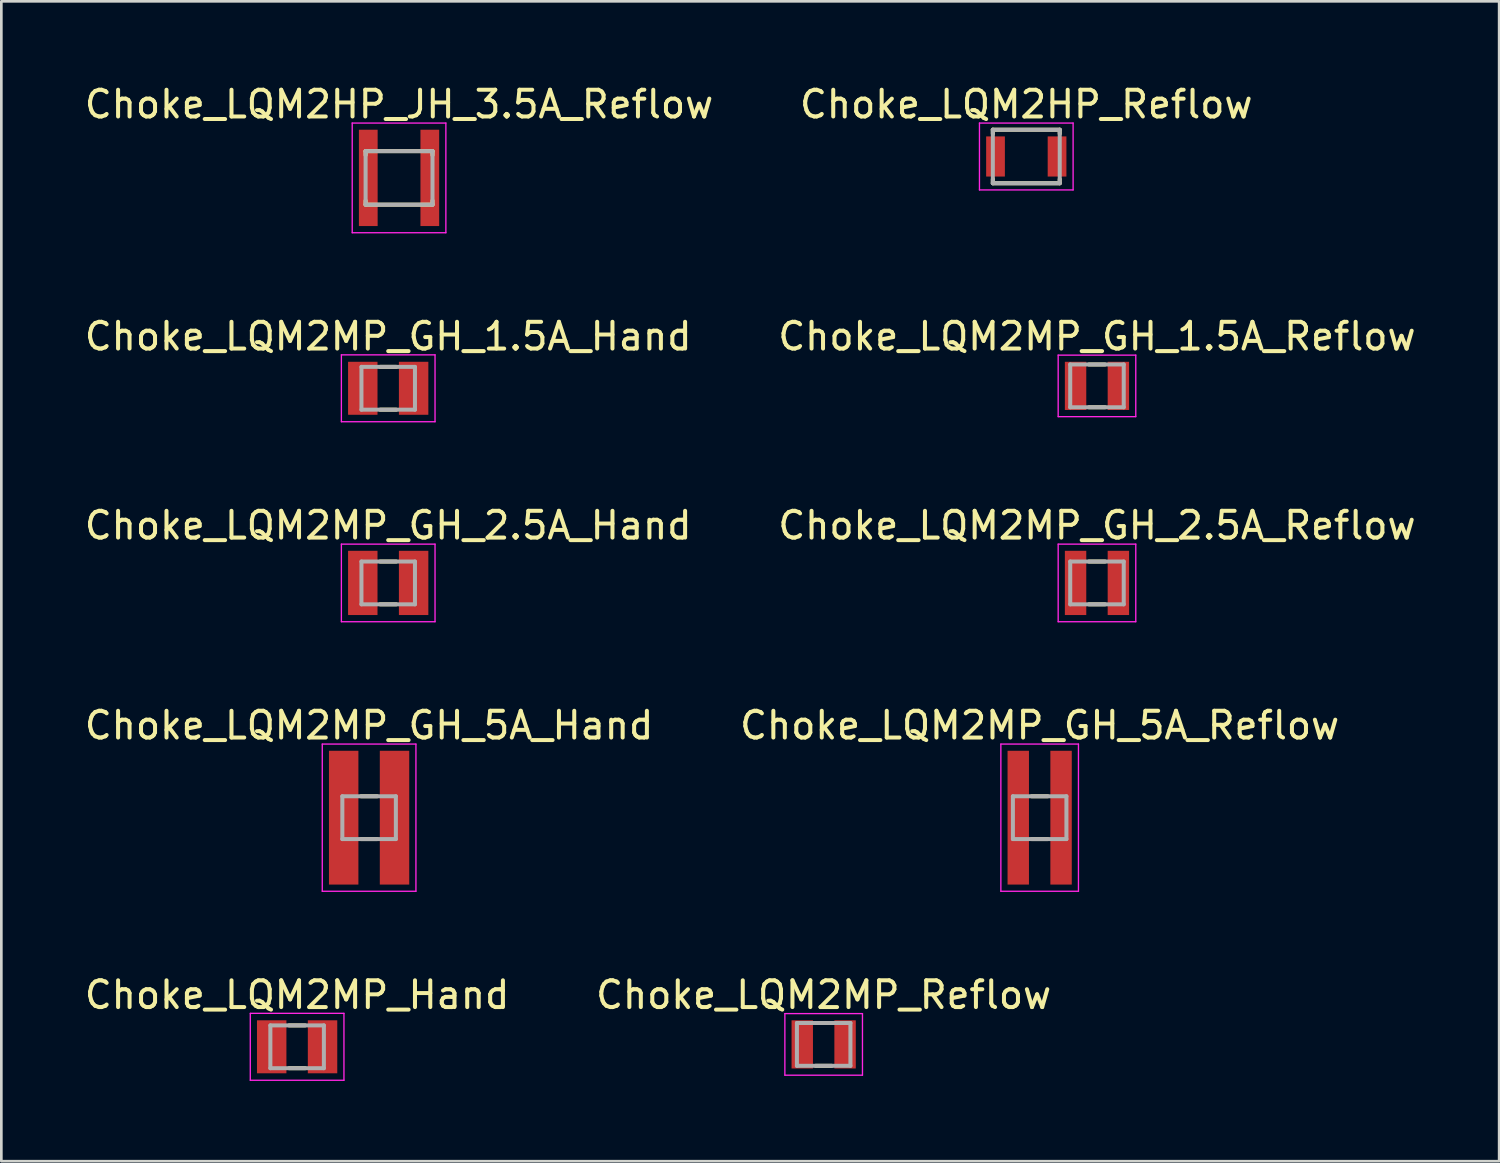
<source format=kicad_pcb>
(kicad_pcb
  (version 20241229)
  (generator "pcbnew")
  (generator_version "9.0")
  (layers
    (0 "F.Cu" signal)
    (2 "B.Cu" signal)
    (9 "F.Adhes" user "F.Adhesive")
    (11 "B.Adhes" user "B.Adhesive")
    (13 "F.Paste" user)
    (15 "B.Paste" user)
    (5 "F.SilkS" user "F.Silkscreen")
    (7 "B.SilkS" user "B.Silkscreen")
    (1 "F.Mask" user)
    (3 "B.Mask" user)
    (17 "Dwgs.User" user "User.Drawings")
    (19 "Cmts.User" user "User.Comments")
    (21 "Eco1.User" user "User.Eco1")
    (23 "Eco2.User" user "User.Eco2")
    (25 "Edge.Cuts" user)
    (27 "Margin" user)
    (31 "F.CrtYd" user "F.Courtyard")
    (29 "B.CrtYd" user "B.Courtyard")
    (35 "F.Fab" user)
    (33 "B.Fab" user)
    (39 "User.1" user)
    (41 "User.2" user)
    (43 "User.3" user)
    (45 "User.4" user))
  (footprint "Choke_LQM2MP_Hand"
    (layer "F.Cu")
    (at 8.054 36.071)
    (property "Reference" "Choke_LQM2MP_Hand" (at 0 -1.94 0) (layer "F.SilkS") (effects (font (size 1 1) (thickness 0.15))))
    (attr smd)
    (fp_line (start -0.3 -0.8) (end 0.3 -0.8) (stroke (width 0.15) (type solid)) (layer "F.SilkS"))
    (fp_line (start -0.3 0.8) (end 0.3 0.8) (stroke (width 0.15) (type solid)) (layer "F.SilkS"))
    (fp_line (start -1.75 -1.25) (end -1.75 1.25) (stroke (width 0.05) (type solid)) (layer "F.CrtYd"))
    (fp_line (start -1.75 -1.25) (end 1.75 -1.25) (stroke (width 0.05) (type solid)) (layer "F.CrtYd"))
    (fp_line (start -1.75 1.25) (end 1.75 1.25) (stroke (width 0.05) (type solid)) (layer "F.CrtYd"))
    (fp_line (start 1.75 -1.25) (end 1.75 1.25) (stroke (width 0.05) (type solid)) (layer "F.CrtYd"))
    (fp_line (start -1 -0.8) (end -1 0.8) (stroke (width 0.15) (type solid)) (layer "F.Fab"))
    (fp_line (start -1 -0.8) (end 1 -0.8) (stroke (width 0.15) (type solid)) (layer "F.Fab"))
    (fp_line (start -1 0.8) (end 1 0.8) (stroke (width 0.15) (type solid)) (layer "F.Fab"))
    (fp_line (start 1 -0.8) (end 1 0.8) (stroke (width 0.15) (type solid)) (layer "F.Fab"))
    (pad "1" smd rect (at -0.95 0) (size 1.1 1.98) (layers "F.Cu" "F.Mask" "F.Paste"))
    (pad "2" smd rect (at 0.95 0) (size 1.1 1.98) (layers "F.Cu" "F.Mask" "F.Paste")))
  (footprint "Choke_LQM2MP_Reflow"
    (layer "F.Cu")
    (at 27.732 35.981)
    (property "Reference" "Choke_LQM2MP_Reflow" (at 0 -1.85 0) (layer "F.SilkS") (effects (font (size 1 1) (thickness 0.15))))
    (attr smd)
    (fp_line (start -0.3 -0.8) (end 0.3 -0.8) (stroke (width 0.15) (type solid)) (layer "F.SilkS"))
    (fp_line (start -0.3 0.8) (end 0.3 0.8) (stroke (width 0.15) (type solid)) (layer "F.SilkS"))
    (fp_line (start -1.45 -1.15) (end -1.45 1.15) (stroke (width 0.05) (type solid)) (layer "F.CrtYd"))
    (fp_line (start -1.45 -1.15) (end 1.45 -1.15) (stroke (width 0.05) (type solid)) (layer "F.CrtYd"))
    (fp_line (start -1.45 1.15) (end 1.45 1.15) (stroke (width 0.05) (type solid)) (layer "F.CrtYd"))
    (fp_line (start 1.45 -1.15) (end 1.45 1.15) (stroke (width 0.05) (type solid)) (layer "F.CrtYd"))
    (fp_line (start -1 -0.8) (end -1 0.8) (stroke (width 0.15) (type solid)) (layer "F.Fab"))
    (fp_line (start -1 -0.8) (end 1 -0.8) (stroke (width 0.15) (type solid)) (layer "F.Fab"))
    (fp_line (start -1 0.8) (end 1 0.8) (stroke (width 0.15) (type solid)) (layer "F.Fab"))
    (fp_line (start 1 -0.8) (end 1 0.8) (stroke (width 0.15) (type solid)) (layer "F.Fab"))
    (pad "1" smd rect (at -0.8 0) (size 0.8 1.8) (layers "F.Cu" "F.Mask" "F.Paste"))
    (pad "2" smd rect (at 0.8 0) (size 0.8 1.8) (layers "F.Cu" "F.Mask" "F.Paste")))
  (footprint "Choke_LQM2MP_GH_1.5A_Reflow"
    (layer "F.Cu")
    (at 37.946 11.371)
    (property "Reference" "Choke_LQM2MP_GH_1.5A_Reflow" (at 0 -1.85 0) (layer "F.SilkS") (effects (font (size 1 1) (thickness 0.15))))
    (attr smd)
    (fp_line (start -0.3 -0.8) (end 0.3 -0.8) (stroke (width 0.15) (type solid)) (layer "F.SilkS"))
    (fp_line (start -0.3 0.8) (end 0.3 0.8) (stroke (width 0.15) (type solid)) (layer "F.SilkS"))
    (fp_line (start -1.45 -1.15) (end -1.45 1.15) (stroke (width 0.05) (type solid)) (layer "F.CrtYd"))
    (fp_line (start -1.45 -1.15) (end 1.45 -1.15) (stroke (width 0.05) (type solid)) (layer "F.CrtYd"))
    (fp_line (start -1.45 1.15) (end 1.45 1.15) (stroke (width 0.05) (type solid)) (layer "F.CrtYd"))
    (fp_line (start 1.45 -1.15) (end 1.45 1.15) (stroke (width 0.05) (type solid)) (layer "F.CrtYd"))
    (fp_line (start -1 -0.8) (end -1 0.8) (stroke (width 0.15) (type solid)) (layer "F.Fab"))
    (fp_line (start -1 -0.8) (end 1 -0.8) (stroke (width 0.15) (type solid)) (layer "F.Fab"))
    (fp_line (start -1 0.8) (end 1 0.8) (stroke (width 0.15) (type solid)) (layer "F.Fab"))
    (fp_line (start 1 -0.8) (end 1 0.8) (stroke (width 0.15) (type solid)) (layer "F.Fab"))
    (pad "1" smd rect (at -0.8 0) (size 0.8 1.8) (layers "F.Cu" "F.Mask" "F.Paste"))
    (pad "2" smd rect (at 0.8 0) (size 0.8 1.8) (layers "F.Cu" "F.Mask" "F.Paste")))
  (footprint "Choke_LQM2MP_GH_2.5A_Reflow"
    (layer "F.Cu")
    (at 37.946 18.735)
    (property "Reference" "Choke_LQM2MP_GH_2.5A_Reflow" (at 0 -2.15 0) (layer "F.SilkS") (effects (font (size 1 1) (thickness 0.15))))
    (attr smd)
    (fp_line (start -0.3 -0.8) (end 0.3 -0.8) (stroke (width 0.15) (type solid)) (layer "F.SilkS"))
    (fp_line (start -0.3 0.8) (end 0.3 0.8) (stroke (width 0.15) (type solid)) (layer "F.SilkS"))
    (fp_line (start -1.45 -1.45) (end -1.45 1.45) (stroke (width 0.05) (type solid)) (layer "F.CrtYd"))
    (fp_line (start -1.45 -1.45) (end 1.45 -1.45) (stroke (width 0.05) (type solid)) (layer "F.CrtYd"))
    (fp_line (start -1.45 1.45) (end 1.45 1.45) (stroke (width 0.05) (type solid)) (layer "F.CrtYd"))
    (fp_line (start 1.45 -1.45) (end 1.45 1.45) (stroke (width 0.05) (type solid)) (layer "F.CrtYd"))
    (fp_line (start -1 -0.8) (end -1 0.8) (stroke (width 0.15) (type solid)) (layer "F.Fab"))
    (fp_line (start -1 -0.8) (end 1 -0.8) (stroke (width 0.15) (type solid)) (layer "F.Fab"))
    (fp_line (start -1 0.8) (end 1 0.8) (stroke (width 0.15) (type solid)) (layer "F.Fab"))
    (fp_line (start 1 -0.8) (end 1 0.8) (stroke (width 0.15) (type solid)) (layer "F.Fab"))
    (pad "" smd rect (at -0.8 0) (size 0.8 1.8) (layers "F.Mask" "F.Paste"))
    (pad "" smd rect (at 0.8 0) (size 0.8 1.8) (layers "F.Mask" "F.Paste"))
    (pad "1" smd rect (at -0.8 0) (size 0.8 2.4) (layers "F.Cu"))
    (pad "2" smd rect (at 0.8 0) (size 0.8 2.4) (layers "F.Cu")))
  (footprint "Choke_LQM2HP_Reflow"
    (layer "F.Cu")
    (at 35.304 2.798)
    (property "Reference" "Choke_LQM2HP_Reflow" (at 0 -1.95 0) (layer "F.SilkS") (effects (font (size 1 1) (thickness 0.15))))
    (attr smd)
    (fp_line (start -1.25 -1) (end -1.25 -0.85) (stroke (width 0.15) (type solid)) (layer "F.SilkS"))
    (fp_line (start -1.25 -1) (end 1.25 -1) (stroke (width 0.15) (type solid)) (layer "F.SilkS"))
    (fp_line (start -1.25 0.85) (end -1.25 1) (stroke (width 0.15) (type solid)) (layer "F.SilkS"))
    (fp_line (start -1.25 1) (end 1.25 1) (stroke (width 0.15) (type solid)) (layer "F.SilkS"))
    (fp_line (start 1.25 -1) (end 1.25 -0.85) (stroke (width 0.15) (type solid)) (layer "F.SilkS"))
    (fp_line (start 1.25 0.85) (end 1.25 1) (stroke (width 0.15) (type solid)) (layer "F.SilkS"))
    (fp_line (start -1.75 -1.25) (end -1.75 1.25) (stroke (width 0.05) (type solid)) (layer "F.CrtYd"))
    (fp_line (start -1.75 -1.25) (end 1.75 -1.25) (stroke (width 0.05) (type solid)) (layer "F.CrtYd"))
    (fp_line (start -1.75 1.25) (end 1.75 1.25) (stroke (width 0.05) (type solid)) (layer "F.CrtYd"))
    (fp_line (start 1.75 -1.25) (end 1.75 1.25) (stroke (width 0.05) (type solid)) (layer "F.CrtYd"))
    (fp_line (start -1.25 -1) (end -1.25 1) (stroke (width 0.15) (type solid)) (layer "F.Fab"))
    (fp_line (start -1.25 -1) (end 1.25 -1) (stroke (width 0.15) (type solid)) (layer "F.Fab"))
    (fp_line (start -1.25 1) (end 1.25 1) (stroke (width 0.15) (type solid)) (layer "F.Fab"))
    (fp_line (start 1.25 -1) (end 1.25 1) (stroke (width 0.15) (type solid)) (layer "F.Fab"))
    (pad "1" smd rect (at -1.15 0) (size 0.7 1.5) (layers "F.Cu" "F.Mask" "F.Paste"))
    (pad "2" smd rect (at 1.15 0) (size 0.7 1.5) (layers "F.Cu" "F.Mask" "F.Paste")))
  (footprint "Choke_LQM2MP_GH_5A_Hand"
    (layer "F.Cu")
    (at 10.744 27.508)
    (property "Reference" "Choke_LQM2MP_GH_5A_Hand" (at 0 -3.45 0) (layer "F.SilkS") (effects (font (size 1 1) (thickness 0.15))))
    (attr smd)
    (fp_line (start -0.3 -0.8) (end 0.3 -0.8) (stroke (width 0.15) (type solid)) (layer "F.SilkS"))
    (fp_line (start -0.3 0.8) (end 0.3 0.8) (stroke (width 0.15) (type solid)) (layer "F.SilkS"))
    (fp_line (start -1.75 -2.75) (end -1.75 2.75) (stroke (width 0.05) (type solid)) (layer "F.CrtYd"))
    (fp_line (start -1.75 -2.75) (end 1.75 -2.75) (stroke (width 0.05) (type solid)) (layer "F.CrtYd"))
    (fp_line (start -1.75 2.75) (end 1.75 2.75) (stroke (width 0.05) (type solid)) (layer "F.CrtYd"))
    (fp_line (start 1.75 -2.75) (end 1.75 2.75) (stroke (width 0.05) (type solid)) (layer "F.CrtYd"))
    (fp_line (start -1 -0.8) (end -1 0.8) (stroke (width 0.15) (type solid)) (layer "F.Fab"))
    (fp_line (start -1 -0.8) (end 1 -0.8) (stroke (width 0.15) (type solid)) (layer "F.Fab"))
    (fp_line (start -1 0.8) (end 1 0.8) (stroke (width 0.15) (type solid)) (layer "F.Fab"))
    (fp_line (start 1 -0.8) (end 1 0.8) (stroke (width 0.15) (type solid)) (layer "F.Fab"))
    (pad "" smd rect (at -0.95 0) (size 1.1 1.98) (layers "F.Mask" "F.Paste"))
    (pad "" smd rect (at 0.95 0) (size 1.1 1.98) (layers "F.Mask" "F.Paste"))
    (pad "1" smd rect (at -0.95 0) (size 1.1 5) (layers "F.Cu"))
    (pad "2" smd rect (at 0.95 0) (size 1.1 5) (layers "F.Cu")))
  (footprint "Choke_LQM2HP_JH_3.5A_Reflow"
    (layer "F.Cu")
    (at 11.863 3.598)
    (property "Reference" "Choke_LQM2HP_JH_3.5A_Reflow" (at 0 -2.75 0) (layer "F.SilkS") (effects (font (size 1 1) (thickness 0.15))))
    (attr smd)
    (fp_line (start -1.25 -1) (end -1.25 -0.85) (stroke (width 0.15) (type solid)) (layer "F.SilkS"))
    (fp_line (start -1.25 -1) (end 1.25 -1) (stroke (width 0.15) (type solid)) (layer "F.SilkS"))
    (fp_line (start -1.25 0.85) (end -1.25 1) (stroke (width 0.15) (type solid)) (layer "F.SilkS"))
    (fp_line (start -1.25 1) (end 1.25 1) (stroke (width 0.15) (type solid)) (layer "F.SilkS"))
    (fp_line (start 1.25 -1) (end 1.25 -0.85) (stroke (width 0.15) (type solid)) (layer "F.SilkS"))
    (fp_line (start 1.25 0.85) (end 1.25 1) (stroke (width 0.15) (type solid)) (layer "F.SilkS"))
    (fp_line (start -1.75 -2.05) (end -1.75 2.05) (stroke (width 0.05) (type solid)) (layer "F.CrtYd"))
    (fp_line (start -1.75 -2.05) (end 1.75 -2.05) (stroke (width 0.05) (type solid)) (layer "F.CrtYd"))
    (fp_line (start -1.75 2.05) (end 1.75 2.05) (stroke (width 0.05) (type solid)) (layer "F.CrtYd"))
    (fp_line (start 1.75 -2.05) (end 1.75 2.05) (stroke (width 0.05) (type solid)) (layer "F.CrtYd"))
    (fp_line (start -1.25 -1) (end -1.25 1) (stroke (width 0.15) (type solid)) (layer "F.Fab"))
    (fp_line (start -1.25 -1) (end 1.25 -1) (stroke (width 0.15) (type solid)) (layer "F.Fab"))
    (fp_line (start -1.25 1) (end 1.25 1) (stroke (width 0.15) (type solid)) (layer "F.Fab"))
    (fp_line (start 1.25 -1) (end 1.25 1) (stroke (width 0.15) (type solid)) (layer "F.Fab"))
    (pad "" smd rect (at -1.15 0) (size 0.7 1.5) (layers "F.Mask" "F.Paste"))
    (pad "" smd rect (at 1.15 0) (size 0.7 1.5) (layers "F.Mask" "F.Paste"))
    (pad "1" smd rect (at -1.15 0) (size 0.7 3.6) (layers "F.Cu"))
    (pad "2" smd rect (at 1.15 0) (size 0.7 3.6) (layers "F.Cu")))
  (footprint "Choke_LQM2MP_GH_1.5A_Hand"
    (layer "F.Cu")
    (at 11.458 11.461)
    (property "Reference" "Choke_LQM2MP_GH_1.5A_Hand" (at 0 -1.94 0) (layer "F.SilkS") (effects (font (size 1 1) (thickness 0.15))))
    (attr smd)
    (fp_line (start -0.3 -0.8) (end 0.3 -0.8) (stroke (width 0.15) (type solid)) (layer "F.SilkS"))
    (fp_line (start -0.3 0.8) (end 0.3 0.8) (stroke (width 0.15) (type solid)) (layer "F.SilkS"))
    (fp_line (start -1.75 -1.25) (end -1.75 1.25) (stroke (width 0.05) (type solid)) (layer "F.CrtYd"))
    (fp_line (start -1.75 -1.25) (end 1.75 -1.25) (stroke (width 0.05) (type solid)) (layer "F.CrtYd"))
    (fp_line (start -1.75 1.25) (end 1.75 1.25) (stroke (width 0.05) (type solid)) (layer "F.CrtYd"))
    (fp_line (start 1.75 -1.25) (end 1.75 1.25) (stroke (width 0.05) (type solid)) (layer "F.CrtYd"))
    (fp_line (start -1 -0.8) (end -1 0.8) (stroke (width 0.15) (type solid)) (layer "F.Fab"))
    (fp_line (start -1 -0.8) (end 1 -0.8) (stroke (width 0.15) (type solid)) (layer "F.Fab"))
    (fp_line (start -1 0.8) (end 1 0.8) (stroke (width 0.15) (type solid)) (layer "F.Fab"))
    (fp_line (start 1 -0.8) (end 1 0.8) (stroke (width 0.15) (type solid)) (layer "F.Fab"))
    (pad "1" smd rect (at -0.95 0) (size 1.1 1.98) (layers "F.Cu" "F.Mask" "F.Paste"))
    (pad "2" smd rect (at 0.95 0) (size 1.1 1.98) (layers "F.Cu" "F.Mask" "F.Paste")))
  (footprint "Choke_LQM2MP_GH_2.5A_Hand"
    (layer "F.Cu")
    (at 11.458 18.735)
    (property "Reference" "Choke_LQM2MP_GH_2.5A_Hand" (at 0 -2.15 0) (layer "F.SilkS") (effects (font (size 1 1) (thickness 0.15))))
    (attr smd)
    (fp_line (start -0.3 -0.8) (end 0.3 -0.8) (stroke (width 0.15) (type solid)) (layer "F.SilkS"))
    (fp_line (start -0.3 0.8) (end 0.3 0.8) (stroke (width 0.15) (type solid)) (layer "F.SilkS"))
    (fp_line (start -1.75 -1.45) (end -1.75 1.45) (stroke (width 0.05) (type solid)) (layer "F.CrtYd"))
    (fp_line (start -1.75 -1.45) (end 1.75 -1.45) (stroke (width 0.05) (type solid)) (layer "F.CrtYd"))
    (fp_line (start -1.75 1.45) (end 1.75 1.45) (stroke (width 0.05) (type solid)) (layer "F.CrtYd"))
    (fp_line (start 1.75 -1.45) (end 1.75 1.45) (stroke (width 0.05) (type solid)) (layer "F.CrtYd"))
    (fp_line (start -1 -0.8) (end -1 0.8) (stroke (width 0.15) (type solid)) (layer "F.Fab"))
    (fp_line (start -1 -0.8) (end 1 -0.8) (stroke (width 0.15) (type solid)) (layer "F.Fab"))
    (fp_line (start -1 0.8) (end 1 0.8) (stroke (width 0.15) (type solid)) (layer "F.Fab"))
    (fp_line (start 1 -0.8) (end 1 0.8) (stroke (width 0.15) (type solid)) (layer "F.Fab"))
    (pad "" smd rect (at -0.95 0) (size 1.1 1.98) (layers "F.Mask" "F.Paste"))
    (pad "" smd rect (at 0.95 0) (size 1.1 1.98) (layers "F.Mask" "F.Paste"))
    (pad "1" smd rect (at -0.95 0) (size 1.1 2.4) (layers "F.Cu"))
    (pad "2" smd rect (at 0.95 0) (size 1.1 2.4) (layers "F.Cu")))
  (footprint "Choke_LQM2MP_GH_5A_Reflow"
    (layer "F.Cu")
    (at 35.804 27.508)
    (property "Reference" "Choke_LQM2MP_GH_5A_Reflow" (at 0 -3.45 0) (layer "F.SilkS") (effects (font (size 1 1) (thickness 0.15))))
    (attr smd)
    (fp_line (start -0.3 -0.8) (end 0.3 -0.8) (stroke (width 0.15) (type solid)) (layer "F.SilkS"))
    (fp_line (start -0.3 0.8) (end 0.3 0.8) (stroke (width 0.15) (type solid)) (layer "F.SilkS"))
    (fp_line (start -1.45 -2.75) (end -1.45 2.75) (stroke (width 0.05) (type solid)) (layer "F.CrtYd"))
    (fp_line (start -1.45 -2.75) (end 1.45 -2.75) (stroke (width 0.05) (type solid)) (layer "F.CrtYd"))
    (fp_line (start -1.45 2.75) (end 1.45 2.75) (stroke (width 0.05) (type solid)) (layer "F.CrtYd"))
    (fp_line (start 1.45 -2.75) (end 1.45 2.75) (stroke (width 0.05) (type solid)) (layer "F.CrtYd"))
    (fp_line (start -1 -0.8) (end -1 0.8) (stroke (width 0.15) (type solid)) (layer "F.Fab"))
    (fp_line (start -1 -0.8) (end 1 -0.8) (stroke (width 0.15) (type solid)) (layer "F.Fab"))
    (fp_line (start -1 0.8) (end 1 0.8) (stroke (width 0.15) (type solid)) (layer "F.Fab"))
    (fp_line (start 1 -0.8) (end 1 0.8) (stroke (width 0.15) (type solid)) (layer "F.Fab"))
    (pad "" smd rect (at -0.8 0) (size 0.8 1.8) (layers "F.Mask" "F.Paste"))
    (pad "" smd rect (at 0.8 0) (size 0.8 1.8) (layers "F.Mask" "F.Paste"))
    (pad "1" smd rect (at -0.8 0) (size 0.8 5) (layers "F.Cu"))
    (pad "2" smd rect (at 0.8 0) (size 0.8 5) (layers "F.Cu")))
  (gr_rect
    (start -3 -3)
    (end 52.976 40.346)
    (stroke (width 0.1) (type default))
    (fill no)
    (layer "Edge.Cuts")))
</source>
